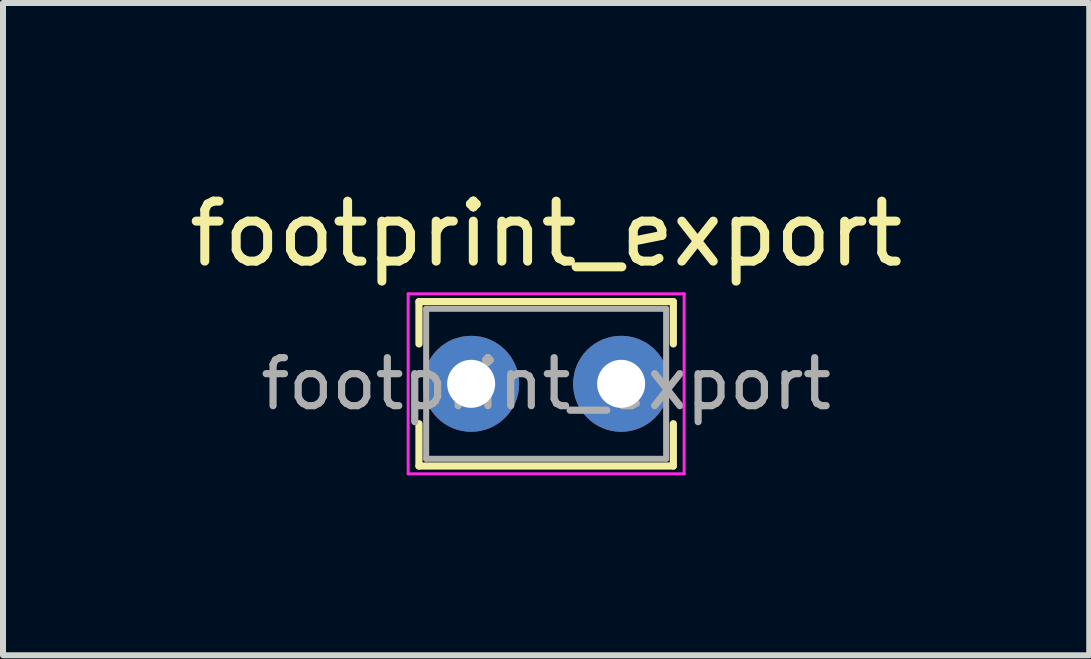
<source format=kicad_pcb>
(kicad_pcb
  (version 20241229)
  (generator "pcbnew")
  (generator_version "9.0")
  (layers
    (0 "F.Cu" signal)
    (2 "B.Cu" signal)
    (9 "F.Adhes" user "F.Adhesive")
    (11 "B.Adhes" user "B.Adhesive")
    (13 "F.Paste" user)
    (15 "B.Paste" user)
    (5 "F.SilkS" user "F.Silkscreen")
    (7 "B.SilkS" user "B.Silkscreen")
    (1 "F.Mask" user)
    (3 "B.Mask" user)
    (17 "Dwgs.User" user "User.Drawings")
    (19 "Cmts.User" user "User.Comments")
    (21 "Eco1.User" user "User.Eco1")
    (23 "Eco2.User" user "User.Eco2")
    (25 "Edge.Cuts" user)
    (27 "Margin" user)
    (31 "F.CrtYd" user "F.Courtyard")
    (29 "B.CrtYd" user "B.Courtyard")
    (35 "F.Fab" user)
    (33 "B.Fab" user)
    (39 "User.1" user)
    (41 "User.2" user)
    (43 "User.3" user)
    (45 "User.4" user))
  (footprint "footprint_export"
    (layer "F.Cu")
    (at 4.804 3.348)
    (property "Reference" "footprint_export" (at 1.25 -2.5 0) (layer "F.SilkS") (effects (font (size 1 1) (thickness 0.15))))
    (attr through_hole)
    (fp_line (start -0.87 -1.37) (end -0.87 -0.665) (stroke (width 0.12) (type solid)) (layer "F.SilkS"))
    (fp_line (start -0.87 -1.37) (end 3.37 -1.37) (stroke (width 0.12) (type solid)) (layer "F.SilkS"))
    (fp_line (start -0.87 0.665) (end -0.87 1.37) (stroke (width 0.12) (type solid)) (layer "F.SilkS"))
    (fp_line (start -0.87 1.37) (end 3.37 1.37) (stroke (width 0.12) (type solid)) (layer "F.SilkS"))
    (fp_line (start 3.37 -1.37) (end 3.37 -0.665) (stroke (width 0.12) (type solid)) (layer "F.SilkS"))
    (fp_line (start 3.37 0.665) (end 3.37 1.37) (stroke (width 0.12) (type solid)) (layer "F.SilkS"))
    (fp_line (start -1.05 -1.5) (end -1.05 1.5) (stroke (width 0.05) (type solid)) (layer "F.CrtYd"))
    (fp_line (start -1.05 1.5) (end 3.55 1.5) (stroke (width 0.05) (type solid)) (layer "F.CrtYd"))
    (fp_line (start 3.55 -1.5) (end -1.05 -1.5) (stroke (width 0.05) (type solid)) (layer "F.CrtYd"))
    (fp_line (start 3.55 1.5) (end 3.55 -1.5) (stroke (width 0.05) (type solid)) (layer "F.CrtYd"))
    (fp_line (start -0.75 -1.25) (end -0.75 1.25) (stroke (width 0.1) (type solid)) (layer "F.Fab"))
    (fp_line (start -0.75 1.25) (end 3.25 1.25) (stroke (width 0.1) (type solid)) (layer "F.Fab"))
    (fp_line (start 3.25 -1.25) (end -0.75 -1.25) (stroke (width 0.1) (type solid)) (layer "F.Fab"))
    (fp_line (start 3.25 1.25) (end 3.25 -1.25) (stroke (width 0.1) (type solid)) (layer "F.Fab"))
    (fp_text user "${REFERENCE}" (at 1.25 0 0) (layer "F.Fab") (effects (font (size 0.8 0.8) (thickness 0.12))))
    (pad "1" thru_hole circle (at 0 0) (size 1.6 1.6) (drill 0.8) (layers "*.Cu" "*.Mask"))
    (pad "2" thru_hole circle (at 2.5 0) (size 1.6 1.6) (drill 0.8) (layers "*.Cu" "*.Mask")))
  (gr_rect
    (start -3 -3)
    (end 15.107 7.873)
    (stroke (width 0.1) (type default))
    (fill no)
    (layer "Edge.Cuts")))
</source>
